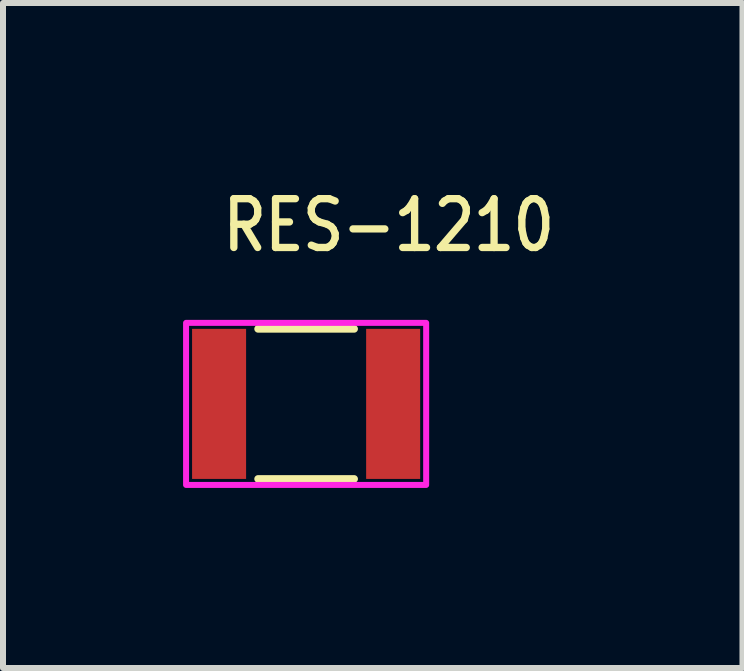
<source format=kicad_pcb>
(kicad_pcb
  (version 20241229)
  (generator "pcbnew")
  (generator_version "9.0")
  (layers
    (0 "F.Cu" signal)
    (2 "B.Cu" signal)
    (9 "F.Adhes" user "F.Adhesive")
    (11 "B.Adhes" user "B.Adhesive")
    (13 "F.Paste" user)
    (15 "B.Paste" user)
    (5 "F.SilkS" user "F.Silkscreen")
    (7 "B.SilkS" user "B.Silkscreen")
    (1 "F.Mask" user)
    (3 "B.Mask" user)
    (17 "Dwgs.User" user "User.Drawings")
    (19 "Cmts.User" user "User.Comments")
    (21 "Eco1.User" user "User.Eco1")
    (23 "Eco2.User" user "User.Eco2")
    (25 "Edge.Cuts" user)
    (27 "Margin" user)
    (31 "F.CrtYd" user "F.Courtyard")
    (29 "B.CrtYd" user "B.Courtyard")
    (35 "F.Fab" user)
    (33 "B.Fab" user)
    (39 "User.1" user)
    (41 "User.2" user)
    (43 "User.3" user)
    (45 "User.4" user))
  (footprint "RES-1210"
    (layer "F.Cu")
    (at 2.05 3.679)
    (property "Reference" "RES-1210" (at -1.45 -2.5 0) (unlocked yes) (layer "F.SilkS") (effects (font (size 0.813 0.695) (thickness 0.122)) (justify left bottom)))
    (fp_line (start -0.8 -1.25) (end 0.8 -1.25) (stroke (width 0.127) (type solid)) (layer "F.SilkS"))
    (fp_line (start -0.8 1.25) (end 0.8 1.25) (stroke (width 0.127) (type solid)) (layer "F.SilkS"))
    (fp_poly (pts (xy -2 -1.35) (xy 2 -1.35) (xy 2 1.35) (xy -2 1.35)) (stroke (width 0.1) (type solid)) (fill no) (layer "F.CrtYd"))
    (pad "P$1" smd rect (at -1.45 0) (size 0.9 2.5) (layers "F.Cu" "F.Mask" "F.Paste"))
    (pad "P$2" smd rect (at 1.45 0) (size 0.9 2.5) (layers "F.Cu" "F.Mask" "F.Paste")))
  (gr_rect
    (start -3 -3)
    (end 9.32 8.079)
    (stroke (width 0.1) (type default))
    (fill no)
    (layer "Edge.Cuts")))
</source>
